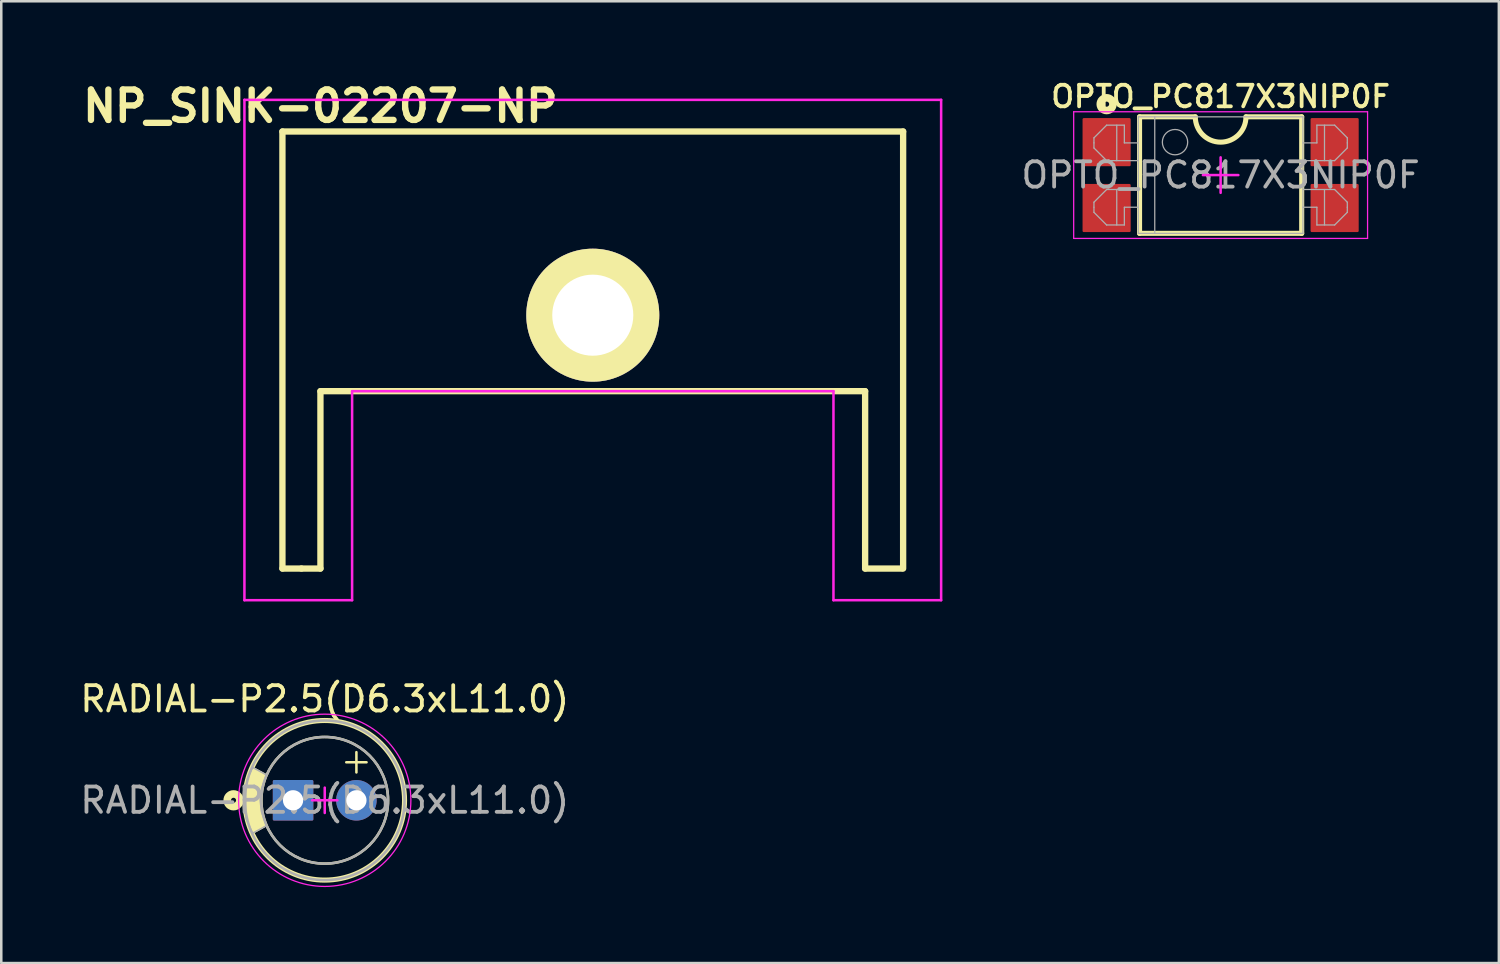
<source format=kicad_pcb>
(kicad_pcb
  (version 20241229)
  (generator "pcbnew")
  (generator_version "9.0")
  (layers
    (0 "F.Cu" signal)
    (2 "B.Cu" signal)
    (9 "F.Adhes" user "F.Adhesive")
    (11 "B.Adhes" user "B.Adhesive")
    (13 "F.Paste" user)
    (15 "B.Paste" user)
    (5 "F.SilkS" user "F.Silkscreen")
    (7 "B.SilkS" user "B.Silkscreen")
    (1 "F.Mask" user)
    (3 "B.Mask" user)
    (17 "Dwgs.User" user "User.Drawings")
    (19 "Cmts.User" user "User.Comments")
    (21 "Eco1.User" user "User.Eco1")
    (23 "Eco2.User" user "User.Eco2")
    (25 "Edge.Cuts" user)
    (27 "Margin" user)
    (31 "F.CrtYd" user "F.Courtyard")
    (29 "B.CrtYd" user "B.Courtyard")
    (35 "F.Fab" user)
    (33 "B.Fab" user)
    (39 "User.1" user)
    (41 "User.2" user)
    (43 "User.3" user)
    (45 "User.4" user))
  (footprint "NP_SINK-02207-NP"
    (layer "F.Cu")
    (at 20.348 12.391)
    (property "Reference" "NP_SINK-02207-NP" (at -10.75 -11.25 0) (layer "F.SilkS") (effects (font (size 1.2 1.2) (thickness 0.25))))
    (attr through_hole)
    (fp_line (start -12.25 -10.25) (end -12.25 7) (stroke (width 0.25) (type solid)) (layer "F.SilkS"))
    (fp_line (start -12.25 -10.25) (end 12.25 -10.25) (stroke (width 0.25) (type solid)) (layer "F.SilkS"))
    (fp_line (start -11.5 7) (end -12.25 7) (stroke (width 0.25) (type solid)) (layer "F.SilkS"))
    (fp_line (start -10.75 0) (end -10.75 7) (stroke (width 0.25) (type solid)) (layer "F.SilkS"))
    (fp_line (start -10.75 0) (end 10.75 0) (stroke (width 0.25) (type solid)) (layer "F.SilkS"))
    (fp_line (start -10.75 7) (end -11.5 7) (stroke (width 0.25) (type solid)) (layer "F.SilkS"))
    (fp_line (start 10.75 0) (end 10.75 7) (stroke (width 0.25) (type solid)) (layer "F.SilkS"))
    (fp_line (start 10.75 7) (end 12.2 7) (stroke (width 0.25) (type solid)) (layer "F.SilkS"))
    (fp_line (start 12.25 -10.25) (end 12.25 7) (stroke (width 0.25) (type solid)) (layer "F.SilkS"))
    (fp_line (start -13.75 -11.5) (end -13.75 8.25) (stroke (width 0.1) (type solid)) (layer "F.CrtYd"))
    (fp_line (start -13.75 8.25) (end -9.5 8.25) (stroke (width 0.1) (type solid)) (layer "F.CrtYd"))
    (fp_line (start -9.5 0) (end 9.5 0) (stroke (width 0.1) (type solid)) (layer "F.CrtYd"))
    (fp_line (start -9.5 8.25) (end -9.5 0) (stroke (width 0.1) (type solid)) (layer "F.CrtYd"))
    (fp_line (start 9.5 0) (end 9.5 8.25) (stroke (width 0.1) (type solid)) (layer "F.CrtYd"))
    (fp_line (start 9.5 8.25) (end 13.75 8.25) (stroke (width 0.1) (type solid)) (layer "F.CrtYd"))
    (fp_line (start 13.75 -11.5) (end -13.75 -11.5) (stroke (width 0.1) (type solid)) (layer "F.CrtYd"))
    (fp_line (start 13.75 8.25) (end 13.75 -11.5) (stroke (width 0.1) (type solid)) (layer "F.CrtYd"))
    (pad "" thru_hole oval (at 0 -3) (size 5.25 5.25) (drill 3.2) (layers "*.Cu" "*.Mask" "F.SilkS")))
  (footprint "RADIAL-P2.5(D6.3xL11.0)"
    (layer "F.Cu")
    (at 9.768 28.539)
    (property "Reference" "RADIAL-P2.5(D6.3xL11.0)" (at 0 -4 0) (layer "F.SilkS") (effects (font (size 1 1) (thickness 0.15))))
    (attr through_hole)
    (fp_line (start 1.25 -1.1) (end 1.25 -1.9) (stroke (width 0.1) (type solid)) (layer "F.SilkS"))
    (fp_line (start 1.65 -1.5) (end 0.85 -1.5) (stroke (width 0.1) (type solid)) (layer "F.SilkS"))
    (fp_circle (center -3.6 0) (end -3.5 0) (stroke (width 0.3) (type solid)) (fill no) (layer "F.SilkS"))
    (fp_circle (center 0 0) (end -3.15 0) (stroke (width 0.2) (type solid)) (fill no) (layer "F.SilkS"))
    (fp_circle (center 0 0) (end 2.5 0) (stroke (width 0.1) (type solid)) (fill no) (layer "F.SilkS"))
    (fp_poly (pts (xy -2.3 1) (xy -2.85 1.3) (xy -3.1 0.75) (xy -3.2 0) (xy -3.05 -0.85) (xy -2.85 -1.3) (xy -2.3 -1) (xy -2.5 -0.45) (xy -2.55 0) (xy -2.5 0.45)) (stroke (width 0.06) (type solid)) (fill yes) (layer "F.SilkS"))
    (fp_line (start 0 0.5) (end 0 -0.5) (stroke (width 0.1) (type solid)) (layer "F.CrtYd"))
    (fp_line (start 0.5 0) (end -0.5 0) (stroke (width 0.1) (type solid)) (layer "F.CrtYd"))
    (fp_circle (center 0 0) (end 3.4 0) (stroke (width 0.05) (type solid)) (fill no) (layer "F.CrtYd"))
    (fp_circle (center 0 0) (end 0 2.5) (stroke (width 0.1) (type solid)) (fill no) (layer "F.Fab"))
    (fp_circle (center 0 0) (end 0 3.15) (stroke (width 0.1) (type solid)) (fill no) (layer "F.Fab"))
    (fp_poly (pts (xy -2.3 1) (xy -2.85 1.3) (xy -3.1 0.75) (xy -3.2 0) (xy -3.05 -0.85) (xy -2.85 -1.3) (xy -2.3 -1) (xy -2.5 -0.45) (xy -2.55 0) (xy -2.5 0.45)) (stroke (width 0.06) (type solid)) (fill no) (layer "F.Fab"))
    (fp_text user "${REFERENCE}" (at 0 0 0) (layer "F.Fab") (effects (font (size 1 1) (thickness 0.15))))
    (pad "+" thru_hole circle (at 1.25 0 180) (size 1.6 1.6) (drill 0.8) (layers "*.Cu" "*.Mask"))
    (pad "-" thru_hole roundrect (at -1.25 0 180) (size 1.6 1.6) (drill 0.8) (layers "*.Cu" "*.Mask") (roundrect_rratio 0.031)))
  (footprint "OPTO_PC817X3NIP0F"
    (layer "F.Cu")
    (at 45.13 3.861)
    (property "Reference" "OPTO_PC817X3NIP0F" (at 0 -3.1 0) (layer "F.SilkS") (effects (font (size 0.85 0.85) (thickness 0.15))))
    (attr smd)
    (fp_line (start -3.2 -2.3) (end -1 -2.3) (stroke (width 0.2) (type solid)) (layer "F.SilkS"))
    (fp_line (start -3.2 2.3) (end -3.2 -2.3) (stroke (width 0.2) (type solid)) (layer "F.SilkS"))
    (fp_line (start 1 -2.3) (end 3.2 -2.3) (stroke (width 0.2) (type solid)) (layer "F.SilkS"))
    (fp_line (start 3.2 -2.3) (end 3.2 2.3) (stroke (width 0.2) (type solid)) (layer "F.SilkS"))
    (fp_line (start 3.2 2.3) (end -3.2 2.3) (stroke (width 0.2) (type solid)) (layer "F.SilkS"))
    (fp_arc (start 1 -2.3) (mid 0 -1.3) (end -1 -2.3) (stroke (width 0.2) (type solid)) (layer "F.SilkS"))
    (fp_circle (center -4.5 -2.8) (end -4.4 -2.8) (stroke (width 0.3) (type solid)) (fill no) (layer "F.SilkS"))
    (fp_line (start -5.8 -2.5) (end 5.8 -2.5) (stroke (width 0.05) (type solid)) (layer "F.CrtYd"))
    (fp_line (start -5.8 2.5) (end -5.8 -2.5) (stroke (width 0.05) (type solid)) (layer "F.CrtYd"))
    (fp_line (start 0 -0.7) (end 0 0.7) (stroke (width 0.1) (type solid)) (layer "F.CrtYd"))
    (fp_line (start 0.7 0) (end -0.7 0) (stroke (width 0.1) (type solid)) (layer "F.CrtYd"))
    (fp_line (start 5.8 -2.5) (end 5.8 2.5) (stroke (width 0.05) (type solid)) (layer "F.CrtYd"))
    (fp_line (start 5.8 2.5) (end -5.8 2.5) (stroke (width 0.05) (type solid)) (layer "F.CrtYd"))
    (fp_line (start -5 -1.47) (end -4.5 -1.97) (stroke (width 0.05) (type solid)) (layer "F.Fab"))
    (fp_line (start -5 -1.27) (end -5 -1.47) (stroke (width 0.05) (type solid)) (layer "F.Fab"))
    (fp_line (start -5 -1.27) (end -5 -1.07) (stroke (width 0.05) (type solid)) (layer "F.Fab"))
    (fp_line (start -5 -1.07) (end -4.5 -0.57) (stroke (width 0.05) (type solid)) (layer "F.Fab"))
    (fp_line (start -5 1.07) (end -4.5 0.57) (stroke (width 0.05) (type solid)) (layer "F.Fab"))
    (fp_line (start -5 1.27) (end -5 1.07) (stroke (width 0.05) (type solid)) (layer "F.Fab"))
    (fp_line (start -5 1.27) (end -5 1.47) (stroke (width 0.05) (type solid)) (layer "F.Fab"))
    (fp_line (start -5 1.47) (end -4.5 1.97) (stroke (width 0.05) (type solid)) (layer "F.Fab"))
    (fp_line (start -4.5 -1.97) (end -3.8 -1.97) (stroke (width 0.05) (type solid)) (layer "F.Fab"))
    (fp_line (start -4.5 -0.57) (end -3.25 -0.57) (stroke (width 0.05) (type solid)) (layer "F.Fab"))
    (fp_line (start -4.5 0.57) (end -3.25 0.57) (stroke (width 0.05) (type solid)) (layer "F.Fab"))
    (fp_line (start -4.5 1.97) (end -3.8 1.97) (stroke (width 0.05) (type solid)) (layer "F.Fab"))
    (fp_line (start -4.1 -1.97) (end -4.1 -0.57) (stroke (width 0.05) (type solid)) (layer "F.Fab"))
    (fp_line (start -4.1 1.97) (end -4.1 0.57) (stroke (width 0.05) (type solid)) (layer "F.Fab"))
    (fp_line (start -3.8 -1.97) (end -3.8 -1.27) (stroke (width 0.05) (type solid)) (layer "F.Fab"))
    (fp_line (start -3.8 1.97) (end -3.8 1.27) (stroke (width 0.05) (type solid)) (layer "F.Fab"))
    (fp_line (start -3.25 -2.3) (end 3.25 -2.3) (stroke (width 0.05) (type solid)) (layer "F.Fab"))
    (fp_line (start -3.25 -1.27) (end -3.8 -1.27) (stroke (width 0.05) (type solid)) (layer "F.Fab"))
    (fp_line (start -3.25 1.27) (end -3.8 1.27) (stroke (width 0.05) (type solid)) (layer "F.Fab"))
    (fp_line (start -3.25 2.3) (end -3.25 -2.3) (stroke (width 0.05) (type solid)) (layer "F.Fab"))
    (fp_line (start -2.6 -2.3) (end -2.6 2.3) (stroke (width 0.05) (type solid)) (layer "F.Fab"))
    (fp_line (start 3.25 -2.3) (end 3.25 2.3) (stroke (width 0.05) (type solid)) (layer "F.Fab"))
    (fp_line (start 3.25 -1.271) (end 3.8 -1.271) (stroke (width 0.05) (type solid)) (layer "F.Fab"))
    (fp_line (start 3.25 1.27) (end 3.8 1.27) (stroke (width 0.05) (type solid)) (layer "F.Fab"))
    (fp_line (start 3.25 2.3) (end -3.25 2.3) (stroke (width 0.05) (type solid)) (layer "F.Fab"))
    (fp_line (start 3.8 -1.971) (end 3.8 -1.271) (stroke (width 0.05) (type solid)) (layer "F.Fab"))
    (fp_line (start 3.8 1.97) (end 3.8 1.27) (stroke (width 0.05) (type solid)) (layer "F.Fab"))
    (fp_line (start 4.1 -1.971) (end 4.1 -0.571) (stroke (width 0.05) (type solid)) (layer "F.Fab"))
    (fp_line (start 4.1 1.97) (end 4.1 0.57) (stroke (width 0.05) (type solid)) (layer "F.Fab"))
    (fp_line (start 4.5 -1.971) (end 3.8 -1.971) (stroke (width 0.05) (type solid)) (layer "F.Fab"))
    (fp_line (start 4.5 -0.571) (end 3.25 -0.571) (stroke (width 0.05) (type solid)) (layer "F.Fab"))
    (fp_line (start 4.5 0.57) (end 3.25 0.57) (stroke (width 0.05) (type solid)) (layer "F.Fab"))
    (fp_line (start 4.5 1.97) (end 3.8 1.97) (stroke (width 0.05) (type solid)) (layer "F.Fab"))
    (fp_line (start 5 -1.471) (end 4.5 -1.971) (stroke (width 0.05) (type solid)) (layer "F.Fab"))
    (fp_line (start 5 -1.271) (end 5 -1.471) (stroke (width 0.05) (type solid)) (layer "F.Fab"))
    (fp_line (start 5 -1.271) (end 5 -1.071) (stroke (width 0.05) (type solid)) (layer "F.Fab"))
    (fp_line (start 5 -1.071) (end 4.5 -0.571) (stroke (width 0.05) (type solid)) (layer "F.Fab"))
    (fp_line (start 5 1.07) (end 4.5 0.57) (stroke (width 0.05) (type solid)) (layer "F.Fab"))
    (fp_line (start 5 1.27) (end 5 1.07) (stroke (width 0.05) (type solid)) (layer "F.Fab"))
    (fp_line (start 5 1.27) (end 5 1.47) (stroke (width 0.05) (type solid)) (layer "F.Fab"))
    (fp_line (start 5 1.47) (end 4.5 1.97) (stroke (width 0.05) (type solid)) (layer "F.Fab"))
    (fp_circle (center -1.8 -1.3) (end -2.3 -1.3) (stroke (width 0.05) (type solid)) (fill no) (layer "F.Fab"))
    (fp_text user "${REFERENCE}" (at 0 0 0) (layer "F.Fab") (effects (font (size 1 1) (thickness 0.15))))
    (pad "1" smd roundrect (at -4.5 -1.3) (size 1.9 1.9) (layers "F.Cu" "F.Mask" "F.Paste") (roundrect_rratio 0.026))
    (pad "2" smd roundrect (at -4.5 1.3) (size 1.9 1.9) (layers "F.Cu" "F.Mask" "F.Paste") (roundrect_rratio 0.026))
    (pad "3" smd roundrect (at 4.5 1.3) (size 1.9 1.9) (layers "F.Cu" "F.Mask" "F.Paste") (roundrect_rratio 0.026))
    (pad "4" smd roundrect (at 4.5 -1.3) (size 1.9 1.9) (layers "F.Cu" "F.Mask" "F.Paste") (roundrect_rratio 0.026)))
  (gr_rect
    (start -3 -3)
    (end 56.112 34.964)
    (stroke (width 0.1) (type default))
    (fill no)
    (layer "Edge.Cuts")))
</source>
